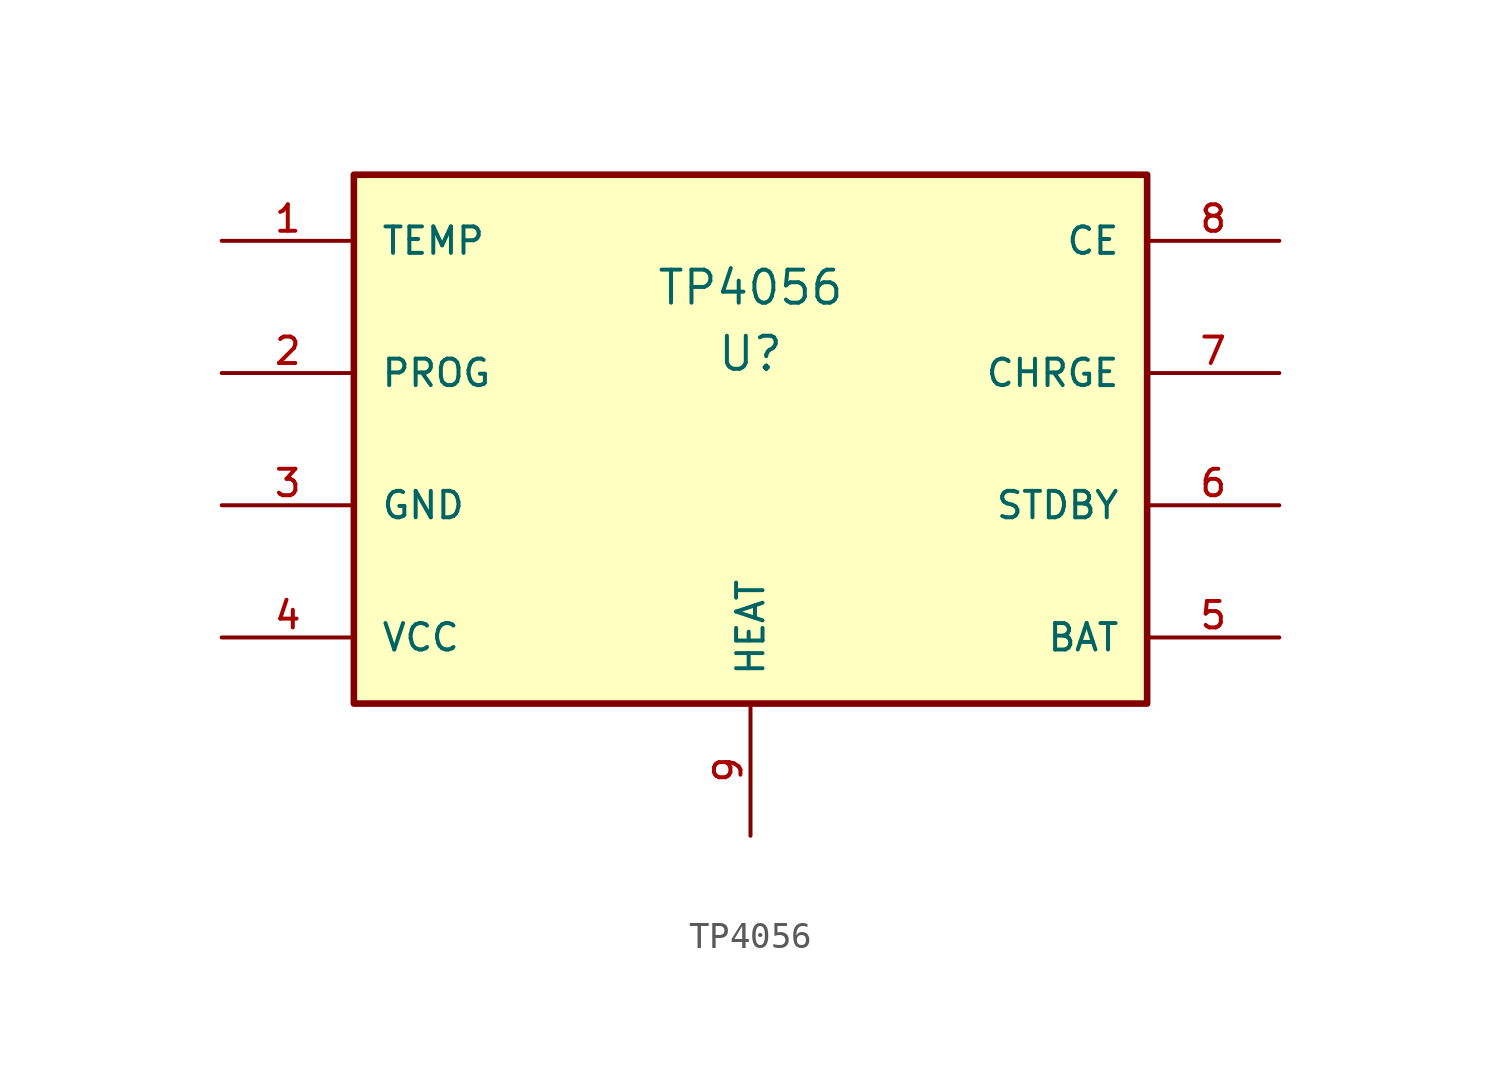
<source format=kicad_sym>
(kicad_symbol_lib
  (version 20220914)
  (generator kicad_symbol_editor)
  (symbol "TP4056"
    (pin_names
      (offset 1.016))
    (property "Reference" "U"
      (at 0 2.54 0)
      (effects (font (size 1.27 1.27)) (justify bottom)))
    (property "Value" "TP4056"
      (at 0 5.08 0)
      (effects (font (size 1.27 1.27)) (justify bottom)))
    (symbol "TP4056_0_0"
      (rectangle (start -15.24 10.16) (end 15.24 -10.16) (stroke (width 0.254) (type default)) (fill (type background)))
      (pin bidirectional line (at -20.32 7.62 0) (length 5.08) (name "TEMP" (effects (font (size 1.016 1.016)))) (number "1" (effects (font (size 1.016 1.016)))))
      (pin bidirectional line (at -20.32 2.54 0) (length 5.08) (name "PROG" (effects (font (size 1.016 1.016)))) (number "2" (effects (font (size 1.016 1.016)))))
      (pin bidirectional line (at -20.32 -2.54 0) (length 5.08) (name "GND" (effects (font (size 1.016 1.016)))) (number "3" (effects (font (size 1.016 1.016)))))
      (pin bidirectional line (at -20.32 -7.62 0) (length 5.08) (name "VCC" (effects (font (size 1.016 1.016)))) (number "4" (effects (font (size 1.016 1.016)))))
      (pin bidirectional line (at 20.32 -7.62 180) (length 5.08) (name "BAT" (effects (font (size 1.016 1.016)))) (number "5" (effects (font (size 1.016 1.016)))))
      (pin bidirectional line (at 20.32 -2.54 180) (length 5.08) (name "STDBY" (effects (font (size 1.016 1.016)))) (number "6" (effects (font (size 1.016 1.016)))))
      (pin bidirectional line (at 20.32 2.54 180) (length 5.08) (name "CHRGE" (effects (font (size 1.016 1.016)))) (number "7" (effects (font (size 1.016 1.016)))))
      (pin bidirectional line (at 20.32 7.62 180) (length 5.08) (name "CE" (effects (font (size 1.016 1.016)))) (number "8" (effects (font (size 1.016 1.016)))))
      (pin bidirectional line (at 0 -15.24 90) (length 5.08) (name "HEAT" (effects (font (size 1.016 1.016)))) (number "9" (effects (font (size 1.016 1.016))))))))
</source>
